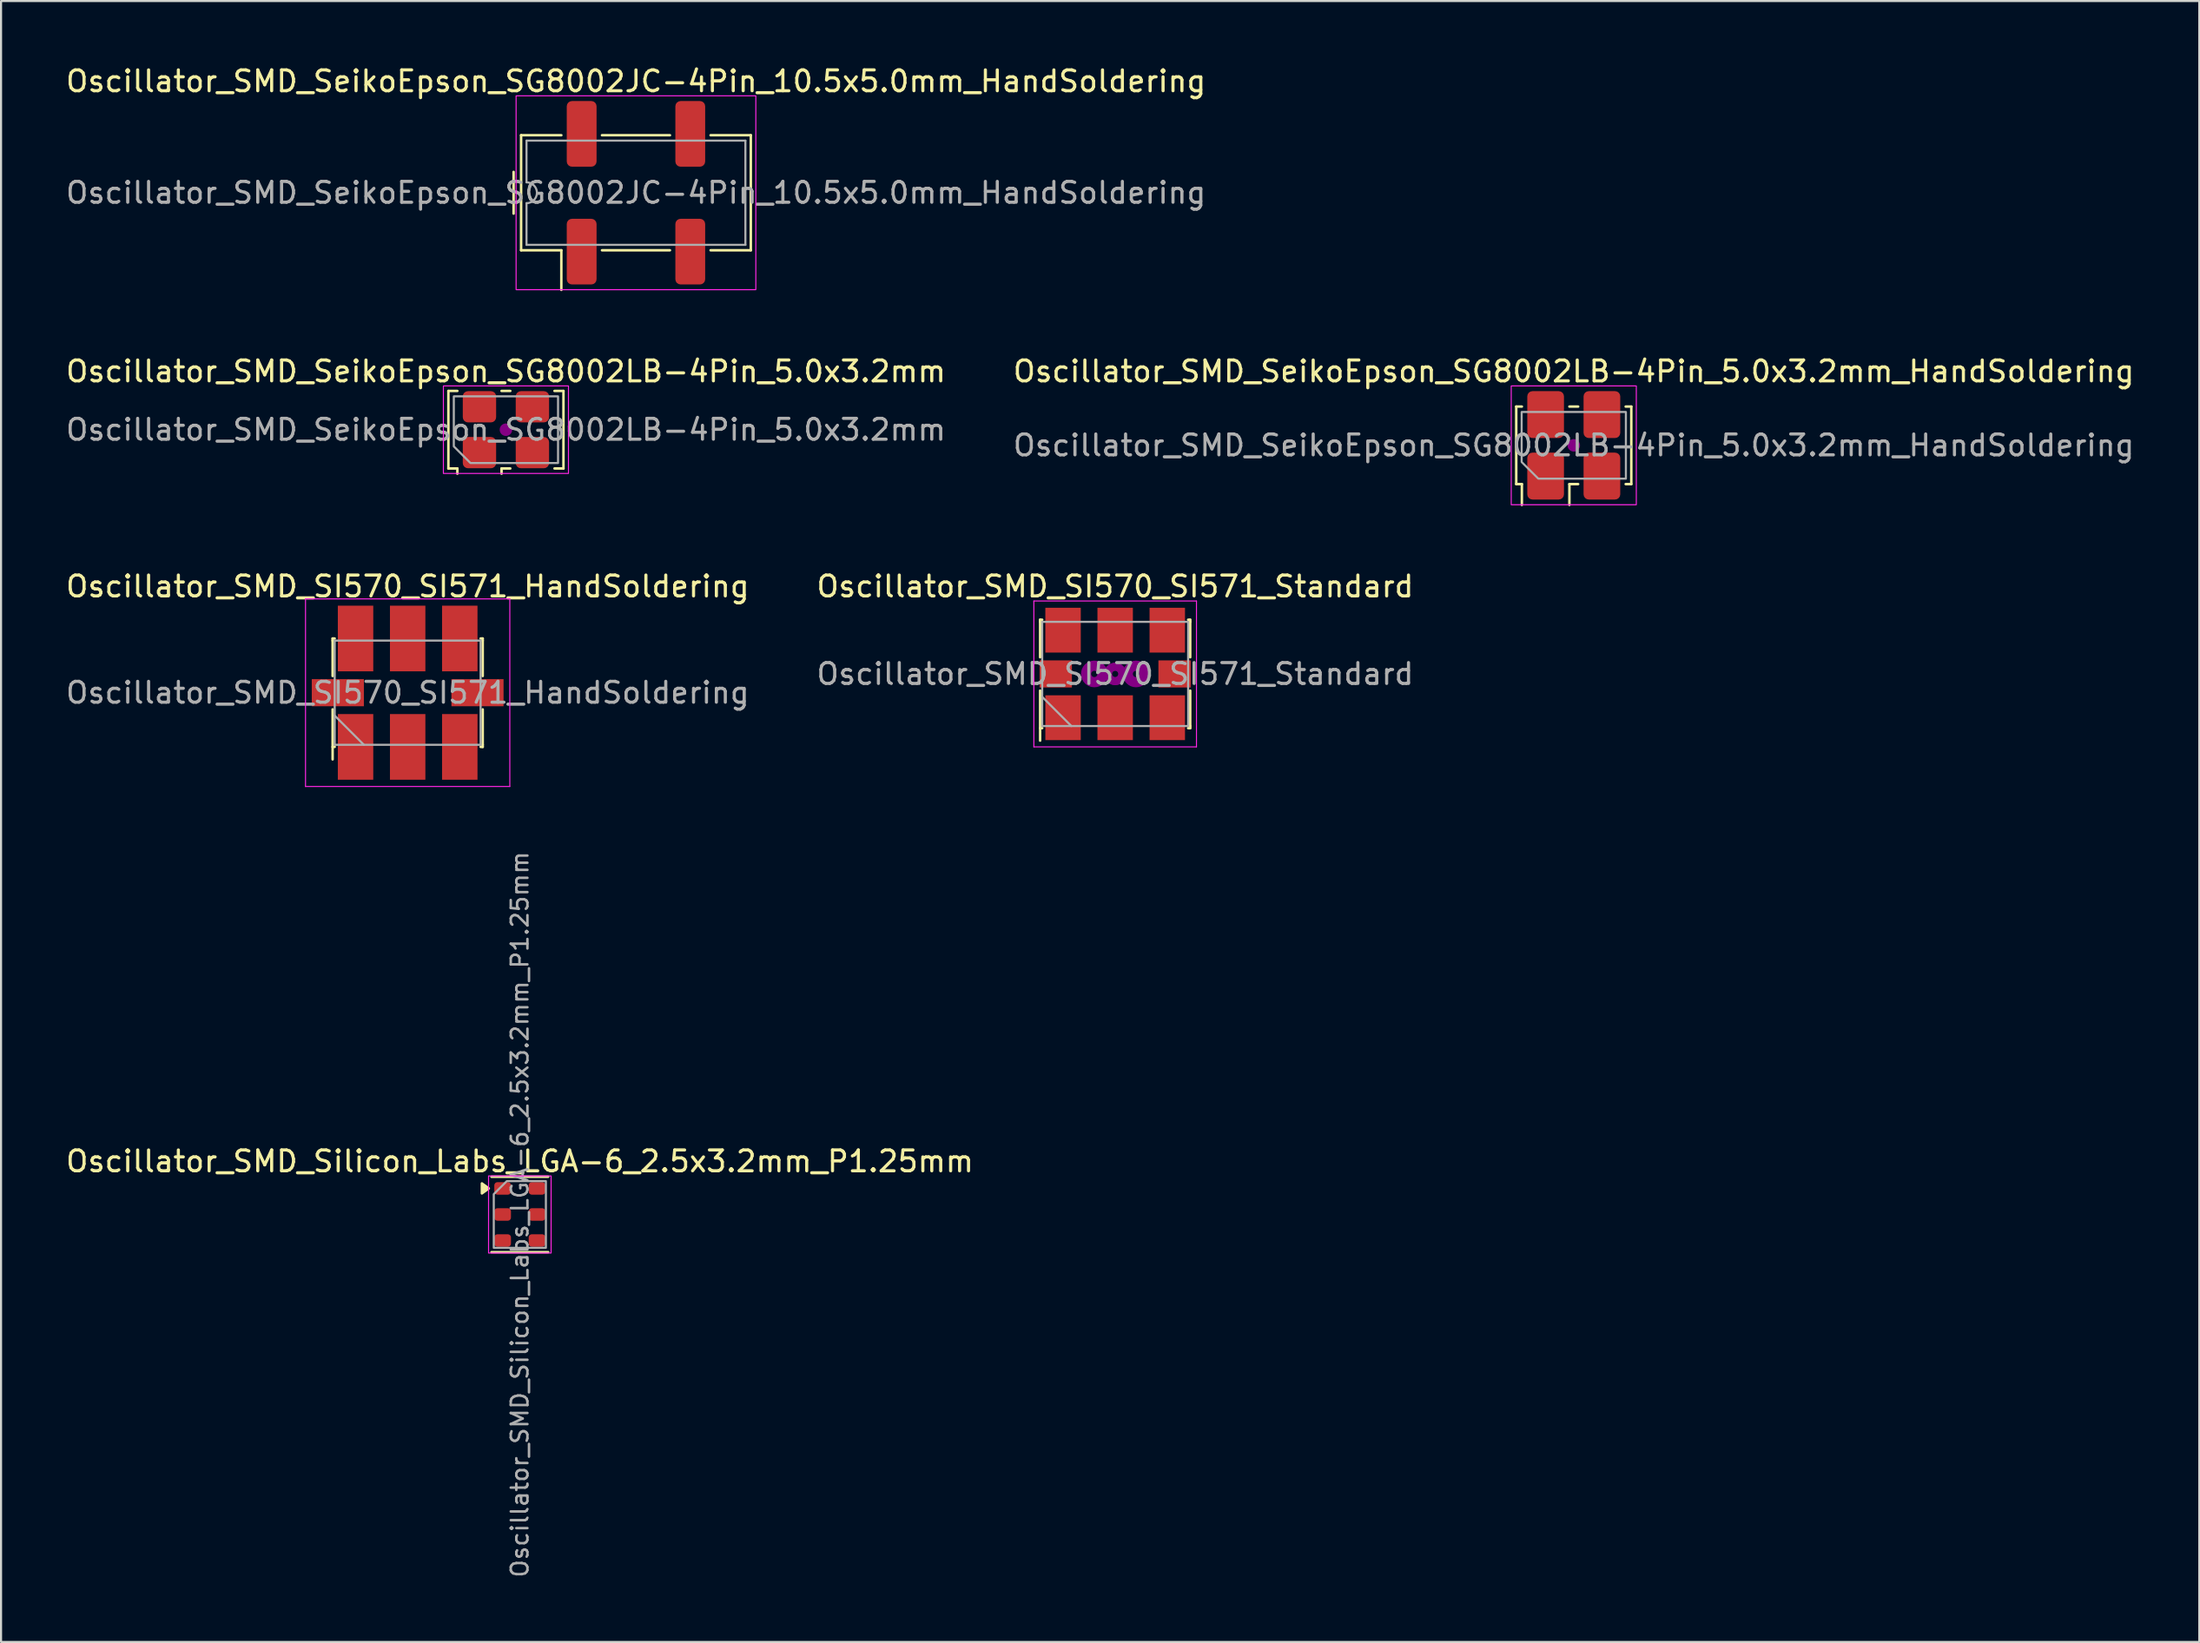
<source format=kicad_pcb>
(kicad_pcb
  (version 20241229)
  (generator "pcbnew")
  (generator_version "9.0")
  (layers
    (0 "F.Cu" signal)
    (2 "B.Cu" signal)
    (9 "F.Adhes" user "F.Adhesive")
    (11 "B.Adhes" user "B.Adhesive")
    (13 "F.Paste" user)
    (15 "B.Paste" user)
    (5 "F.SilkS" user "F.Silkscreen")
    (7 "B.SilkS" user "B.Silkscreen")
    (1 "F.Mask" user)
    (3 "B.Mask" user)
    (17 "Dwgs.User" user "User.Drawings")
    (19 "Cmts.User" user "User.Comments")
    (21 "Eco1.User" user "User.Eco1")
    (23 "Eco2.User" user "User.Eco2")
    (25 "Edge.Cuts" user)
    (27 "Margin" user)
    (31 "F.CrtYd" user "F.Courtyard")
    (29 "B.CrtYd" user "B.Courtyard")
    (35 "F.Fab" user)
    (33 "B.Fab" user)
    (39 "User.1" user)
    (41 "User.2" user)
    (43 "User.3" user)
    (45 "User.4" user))
  (footprint "Oscillator_SMD_SI570_SI571_HandSoldering"
    (layer "F.Cu")
    (at 16.506 30.185)
    (property "Reference" "Oscillator_SMD_SI570_SI571_HandSoldering" (at 0 -5.1 0) (layer "F.SilkS") (effects (font (size 1 1) (thickness 0.15))))
    (attr smd)
    (fp_line (start -3.6 -2.6) (end -3.5 -2.6) (stroke (width 0.12) (type solid)) (layer "F.SilkS"))
    (fp_line (start -3.6 -2.5) (end -3.6 -2.6) (stroke (width 0.12) (type solid)) (layer "F.SilkS"))
    (fp_line (start -3.6 -2.5) (end -3.6 -0.8) (stroke (width 0.12) (type solid)) (layer "F.SilkS"))
    (fp_line (start -3.6 0.8) (end -3.6 3.2) (stroke (width 0.12) (type solid)) (layer "F.SilkS"))
    (fp_line (start -3.6 2.6) (end -3.5 2.6) (stroke (width 0.12) (type solid)) (layer "F.SilkS"))
    (fp_line (start 3.6 -2.6) (end 3.5 -2.6) (stroke (width 0.12) (type solid)) (layer "F.SilkS"))
    (fp_line (start 3.6 -2.5) (end 3.6 -2.6) (stroke (width 0.12) (type solid)) (layer "F.SilkS"))
    (fp_line (start 3.6 -0.8) (end 3.6 -2.5) (stroke (width 0.12) (type solid)) (layer "F.SilkS"))
    (fp_line (start 3.6 2.5) (end 3.6 0.8) (stroke (width 0.12) (type solid)) (layer "F.SilkS"))
    (fp_line (start 3.6 2.5) (end 3.6 2.6) (stroke (width 0.12) (type solid)) (layer "F.SilkS"))
    (fp_line (start 3.6 2.6) (end 3.5 2.6) (stroke (width 0.12) (type solid)) (layer "F.SilkS"))
    (fp_line (start -4.9 -4.5) (end 4.9 -4.5) (stroke (width 0.05) (type solid)) (layer "F.CrtYd"))
    (fp_line (start -4.9 4.5) (end -4.9 -4.5) (stroke (width 0.05) (type solid)) (layer "F.CrtYd"))
    (fp_line (start 4.9 -4.5) (end 4.9 4.5) (stroke (width 0.05) (type solid)) (layer "F.CrtYd"))
    (fp_line (start 4.9 4.5) (end -4.9 4.5) (stroke (width 0.05) (type solid)) (layer "F.CrtYd"))
    (fp_line (start -3.5 -2.5) (end -3.5 2.5) (stroke (width 0.1) (type solid)) (layer "F.Fab"))
    (fp_line (start -3.5 1.1) (end -2.1 2.5) (stroke (width 0.1) (type solid)) (layer "F.Fab"))
    (fp_line (start -3.5 2.5) (end 3.5 2.5) (stroke (width 0.1) (type solid)) (layer "F.Fab"))
    (fp_line (start 3.5 -2.5) (end -3.5 -2.5) (stroke (width 0.1) (type solid)) (layer "F.Fab"))
    (fp_line (start 3.5 2.5) (end 3.5 -2.5) (stroke (width 0.1) (type solid)) (layer "F.Fab"))
    (fp_text user "${REFERENCE}" (at 0 0 0) (layer "F.Fab") (effects (font (size 1 1) (thickness 0.15))))
    (pad "1" smd rect (at -2.5 2.6) (size 1.7 3.15) (layers "F.Cu" "F.Mask" "F.Paste"))
    (pad "2" smd rect (at 0 2.6) (size 1.7 3.15) (layers "F.Cu" "F.Mask" "F.Paste"))
    (pad "3" smd rect (at 2.5 2.6) (size 1.7 3.15) (layers "F.Cu" "F.Mask" "F.Paste"))
    (pad "4" smd rect (at 2.5 -2.6) (size 1.7 3.15) (layers "F.Cu" "F.Mask" "F.Paste"))
    (pad "5" smd rect (at 0 -2.6) (size 1.7 3.15) (layers "F.Cu" "F.Mask" "F.Paste"))
    (pad "6" smd rect (at -2.5 -2.6) (size 1.7 3.15) (layers "F.Cu" "F.Mask" "F.Paste"))
    (pad "7" smd rect (at -3.35 0) (size 2.5 1.3) (layers "F.Cu" "F.Mask" "F.Paste"))
    (pad "8" smd rect (at 3.35 0) (size 2.5 1.3) (layers "F.Cu" "F.Mask" "F.Paste")))
  (footprint "Oscillator_SMD_SeikoEpson_SG8002LB-4Pin_5.0x3.2mm"
    (layer "F.Cu")
    (at 21.22 17.567)
    (property "Reference" "Oscillator_SMD_SeikoEpson_SG8002LB-4Pin_5.0x3.2mm" (at 0 -2.8 0) (layer "F.SilkS") (effects (font (size 1 1) (thickness 0.15))))
    (attr smd)
    (fp_line (start -2.76 -1.86) (end -2.33 -1.86) (stroke (width 0.12) (type solid)) (layer "F.SilkS"))
    (fp_line (start -2.76 1.86) (end -2.76 -1.86) (stroke (width 0.12) (type solid)) (layer "F.SilkS"))
    (fp_line (start -2.33 1.86) (end -2.76 1.86) (stroke (width 0.12) (type solid)) (layer "F.SilkS"))
    (fp_line (start -2.33 2.11) (end -2.33 1.86) (stroke (width 0.12) (type solid)) (layer "F.SilkS"))
    (fp_line (start -0.21 -1.86) (end 0.21 -1.86) (stroke (width 0.12) (type solid)) (layer "F.SilkS"))
    (fp_line (start -0.21 1.86) (end -0.21 2.11) (stroke (width 0.12) (type solid)) (layer "F.SilkS"))
    (fp_line (start 0.21 1.86) (end -0.21 1.86) (stroke (width 0.12) (type solid)) (layer "F.SilkS"))
    (fp_line (start 2.33 -1.86) (end 2.76 -1.86) (stroke (width 0.12) (type solid)) (layer "F.SilkS"))
    (fp_line (start 2.76 -1.86) (end 2.76 1.86) (stroke (width 0.12) (type solid)) (layer "F.SilkS"))
    (fp_line (start 2.76 1.86) (end 2.33 1.86) (stroke (width 0.12) (type solid)) (layer "F.SilkS"))
    (fp_circle (center 0 0) (end 0.25 0) (stroke (width 0.1) (type solid)) (fill yes) (layer "F.Adhes"))
    (fp_rect (start -3 -2.1) (end 3 2.1) (stroke (width 0.05) (type solid)) (fill no) (layer "F.CrtYd"))
    (fp_poly (pts (xy -2.5 -1.6) (xy -2.5 0.8) (xy -1.7 1.6) (xy 2.5 1.6) (xy 2.5 -1.6)) (stroke (width 0.1) (type solid)) (fill no) (layer "F.Fab"))
    (fp_text user "${REFERENCE}" (at 0 0 0) (layer "F.Fab") (effects (font (size 1 1) (thickness 0.15))))
    (pad "1" smd roundrect (at -1.27 1.1) (size 1.6 1.5) (layers "F.Cu" "F.Mask" "F.Paste") (roundrect_rratio 0.167))
    (pad "2" smd roundrect (at 1.27 1.1) (size 1.6 1.5) (layers "F.Cu" "F.Mask" "F.Paste") (roundrect_rratio 0.167))
    (pad "3" smd roundrect (at 1.27 -1.1) (size 1.6 1.5) (layers "F.Cu" "F.Mask" "F.Paste") (roundrect_rratio 0.167))
    (pad "4" smd roundrect (at -1.27 -1.1) (size 1.6 1.5) (layers "F.Cu" "F.Mask" "F.Paste") (roundrect_rratio 0.167)))
  (footprint "Oscillator_SMD_SeikoEpson_SG8002JC-4Pin_10.5x5.0mm_HandSoldering"
    (layer "F.Cu")
    (at 27.458 6.198)
    (property "Reference" "Oscillator_SMD_SeikoEpson_SG8002JC-4Pin_10.5x5.0mm_HandSoldering" (at 0 -5.35 0) (layer "F.SilkS") (effects (font (size 1 1) (thickness 0.15))))
    (attr smd)
    (fp_line (start -5.87 1) (end -5.87 -1) (stroke (width 0.12) (type solid)) (layer "F.SilkS"))
    (fp_line (start -5.51 -2.76) (end -3.58 -2.76) (stroke (width 0.12) (type solid)) (layer "F.SilkS"))
    (fp_line (start -5.51 2.76) (end -5.51 -2.76) (stroke (width 0.12) (type solid)) (layer "F.SilkS"))
    (fp_line (start -3.58 2.76) (end -5.51 2.76) (stroke (width 0.12) (type solid)) (layer "F.SilkS"))
    (fp_line (start -3.58 4.66) (end -3.58 2.76) (stroke (width 0.12) (type solid)) (layer "F.SilkS"))
    (fp_line (start -1.63 -2.76) (end 1.63 -2.76) (stroke (width 0.12) (type solid)) (layer "F.SilkS"))
    (fp_line (start 1.63 2.76) (end -1.63 2.76) (stroke (width 0.12) (type solid)) (layer "F.SilkS"))
    (fp_line (start 3.58 -2.76) (end 5.51 -2.76) (stroke (width 0.12) (type solid)) (layer "F.SilkS"))
    (fp_line (start 5.51 -2.76) (end 5.51 2.76) (stroke (width 0.12) (type solid)) (layer "F.SilkS"))
    (fp_line (start 5.51 2.76) (end 3.58 2.76) (stroke (width 0.12) (type solid)) (layer "F.SilkS"))
    (fp_rect (start -5.75 -4.65) (end 5.75 4.65) (stroke (width 0.05) (type solid)) (fill no) (layer "F.CrtYd"))
    (fp_line (start -5.25 -2.5) (end 5.25 -2.5) (stroke (width 0.1) (type solid)) (layer "F.Fab"))
    (fp_line (start -5.25 -0.5) (end -5.25 -2.5) (stroke (width 0.1) (type solid)) (layer "F.Fab"))
    (fp_line (start -5.25 2.5) (end -5.25 0.5) (stroke (width 0.1) (type solid)) (layer "F.Fab"))
    (fp_line (start 5.25 -2.5) (end 5.25 2.5) (stroke (width 0.1) (type solid)) (layer "F.Fab"))
    (fp_line (start 5.25 2.5) (end -5.25 2.5) (stroke (width 0.1) (type solid)) (layer "F.Fab"))
    (fp_arc (start -5.25 -0.5) (mid -4.75 0) (end -5.25 0.5) (stroke (width 0.1) (type solid)) (layer "F.Fab"))
    (fp_text user "${REFERENCE}" (at 0 0 0) (layer "F.Fab") (effects (font (size 1 1) (thickness 0.15))))
    (pad "1" smd roundrect (at -2.605 2.825) (size 1.43 3.15) (layers "F.Cu" "F.Mask" "F.Paste") (roundrect_rratio 0.175))
    (pad "2" smd roundrect (at 2.605 2.825) (size 1.43 3.15) (layers "F.Cu" "F.Mask" "F.Paste") (roundrect_rratio 0.175))
    (pad "3" smd roundrect (at 2.605 -2.825) (size 1.43 3.15) (layers "F.Cu" "F.Mask" "F.Paste") (roundrect_rratio 0.175))
    (pad "4" smd roundrect (at -2.605 -2.825) (size 1.43 3.15) (layers "F.Cu" "F.Mask" "F.Paste") (roundrect_rratio 0.175)))
  (footprint "Oscillator_SMD_SI570_SI571_Standard"
    (layer "F.Cu")
    (at 50.446 29.285)
    (property "Reference" "Oscillator_SMD_SI570_SI571_Standard" (at 0 -4.2 0) (layer "F.SilkS") (effects (font (size 1 1) (thickness 0.15))))
    (attr smd)
    (fp_line (start -3.6 -2.6) (end -3.5 -2.6) (stroke (width 0.12) (type solid)) (layer "F.SilkS"))
    (fp_line (start -3.6 -2.5) (end -3.6 -2.6) (stroke (width 0.12) (type solid)) (layer "F.SilkS"))
    (fp_line (start -3.6 -2.5) (end -3.6 -0.8) (stroke (width 0.12) (type solid)) (layer "F.SilkS"))
    (fp_line (start -3.6 0.8) (end -3.6 3.2) (stroke (width 0.12) (type solid)) (layer "F.SilkS"))
    (fp_line (start -3.6 2.6) (end -3.5 2.6) (stroke (width 0.12) (type solid)) (layer "F.SilkS"))
    (fp_line (start 3.6 -2.6) (end 3.5 -2.6) (stroke (width 0.12) (type solid)) (layer "F.SilkS"))
    (fp_line (start 3.6 -2.5) (end 3.6 -2.6) (stroke (width 0.12) (type solid)) (layer "F.SilkS"))
    (fp_line (start 3.6 -0.8) (end 3.6 -2.5) (stroke (width 0.12) (type solid)) (layer "F.SilkS"))
    (fp_line (start 3.6 2.5) (end 3.6 0.8) (stroke (width 0.12) (type solid)) (layer "F.SilkS"))
    (fp_line (start 3.6 2.5) (end 3.6 2.6) (stroke (width 0.12) (type solid)) (layer "F.SilkS"))
    (fp_line (start 3.6 2.6) (end 3.5 2.6) (stroke (width 0.12) (type solid)) (layer "F.SilkS"))
    (fp_circle (center -1 0) (end -0.85 0) (stroke (width 0.38) (type solid)) (fill no) (layer "F.Adhes"))
    (fp_circle (center -1 0) (end -0.55 0) (stroke (width 0.38) (type solid)) (fill no) (layer "F.Adhes"))
    (fp_circle (center 0 0) (end 0.15 0) (stroke (width 0.38) (type solid)) (fill no) (layer "F.Adhes"))
    (fp_circle (center 0 0) (end 0.35 0) (stroke (width 0.38) (type solid)) (fill no) (layer "F.Adhes"))
    (fp_circle (center 1 0) (end 0.55 0) (stroke (width 0.38) (type solid)) (fill no) (layer "F.Adhes"))
    (fp_circle (center 1 0) (end 0.85 0) (stroke (width 0.38) (type solid)) (fill no) (layer "F.Adhes"))
    (fp_line (start -3.9 -3.5) (end 3.9 -3.5) (stroke (width 0.05) (type solid)) (layer "F.CrtYd"))
    (fp_line (start -3.9 3.5) (end -3.9 -3.5) (stroke (width 0.05) (type solid)) (layer "F.CrtYd"))
    (fp_line (start 3.9 -3.5) (end 3.9 3.5) (stroke (width 0.05) (type solid)) (layer "F.CrtYd"))
    (fp_line (start 3.9 3.5) (end -3.9 3.5) (stroke (width 0.05) (type solid)) (layer "F.CrtYd"))
    (fp_line (start -3.5 -2.5) (end -3.5 2.5) (stroke (width 0.1) (type solid)) (layer "F.Fab"))
    (fp_line (start -3.5 1.1) (end -2.1 2.5) (stroke (width 0.1) (type solid)) (layer "F.Fab"))
    (fp_line (start -3.5 2.5) (end 3.5 2.5) (stroke (width 0.1) (type solid)) (layer "F.Fab"))
    (fp_line (start 3.5 -2.5) (end -3.5 -2.5) (stroke (width 0.1) (type solid)) (layer "F.Fab"))
    (fp_line (start 3.5 2.5) (end 3.5 -2.5) (stroke (width 0.1) (type solid)) (layer "F.Fab"))
    (fp_text user "${REFERENCE}" (at 0 0 0) (layer "F.Fab") (effects (font (size 1 1) (thickness 0.15))))
    (pad "1" smd rect (at -2.5 2.1) (size 1.7 2.15) (layers "F.Cu" "F.Mask" "F.Paste"))
    (pad "2" smd rect (at 0 2.1) (size 1.7 2.15) (layers "F.Cu" "F.Mask" "F.Paste"))
    (pad "3" smd rect (at 2.5 2.1) (size 1.7 2.15) (layers "F.Cu" "F.Mask" "F.Paste"))
    (pad "4" smd rect (at 2.5 -2.1) (size 1.7 2.15) (layers "F.Cu" "F.Mask" "F.Paste"))
    (pad "5" smd rect (at 0 -2.1) (size 1.7 2.15) (layers "F.Cu" "F.Mask" "F.Paste"))
    (pad "6" smd rect (at -2.5 -2.1) (size 1.7 2.15) (layers "F.Cu" "F.Mask" "F.Paste"))
    (pad "7" smd rect (at -2.85 0) (size 1.55 1.3) (layers "F.Cu" "F.Mask" "F.Paste"))
    (pad "8" smd rect (at 2.85 0) (size 1.55 1.3) (layers "F.Cu" "F.Mask" "F.Paste")))
  (footprint "Oscillator_SMD_SeikoEpson_SG8002LB-4Pin_5.0x3.2mm_HandSoldering"
    (layer "F.Cu")
    (at 72.446 18.317)
    (property "Reference" "Oscillator_SMD_SeikoEpson_SG8002LB-4Pin_5.0x3.2mm_HandSoldering" (at 0 -3.55 0) (layer "F.SilkS") (effects (font (size 1 1) (thickness 0.15))))
    (attr smd)
    (fp_line (start -2.76 -1.86) (end -2.49 -1.86) (stroke (width 0.12) (type solid)) (layer "F.SilkS"))
    (fp_line (start -2.76 1.86) (end -2.76 -1.86) (stroke (width 0.12) (type solid)) (layer "F.SilkS"))
    (fp_line (start -2.49 1.86) (end -2.76 1.86) (stroke (width 0.12) (type solid)) (layer "F.SilkS"))
    (fp_line (start -2.49 2.86) (end -2.49 1.86) (stroke (width 0.12) (type solid)) (layer "F.SilkS"))
    (fp_line (start -0.21 -1.86) (end 0.21 -1.86) (stroke (width 0.12) (type solid)) (layer "F.SilkS"))
    (fp_line (start -0.21 1.86) (end -0.21 2.86) (stroke (width 0.12) (type solid)) (layer "F.SilkS"))
    (fp_line (start 0.21 1.86) (end -0.21 1.86) (stroke (width 0.12) (type solid)) (layer "F.SilkS"))
    (fp_line (start 2.49 -1.86) (end 2.76 -1.86) (stroke (width 0.12) (type solid)) (layer "F.SilkS"))
    (fp_line (start 2.76 -1.86) (end 2.76 1.86) (stroke (width 0.12) (type solid)) (layer "F.SilkS"))
    (fp_line (start 2.76 1.86) (end 2.49 1.86) (stroke (width 0.12) (type solid)) (layer "F.SilkS"))
    (fp_circle (center 0 0) (end 0.25 0) (stroke (width 0.1) (type solid)) (fill yes) (layer "F.Adhes"))
    (fp_rect (start -3 -2.85) (end 3 2.85) (stroke (width 0.05) (type solid)) (fill no) (layer "F.CrtYd"))
    (fp_poly (pts (xy -2.5 -1.6) (xy -2.5 0.8) (xy -1.7 1.6) (xy 2.5 1.6) (xy 2.5 -1.6)) (stroke (width 0.1) (type solid)) (fill no) (layer "F.Fab"))
    (fp_text user "${REFERENCE}" (at 0 0 0) (layer "F.Fab") (effects (font (size 1 1) (thickness 0.15))))
    (pad "1" smd roundrect (at -1.35 1.475) (size 1.76 2.25) (layers "F.Cu" "F.Mask" "F.Paste") (roundrect_rratio 0.142))
    (pad "2" smd roundrect (at 1.35 1.475) (size 1.76 2.25) (layers "F.Cu" "F.Mask" "F.Paste") (roundrect_rratio 0.142))
    (pad "3" smd roundrect (at 1.35 -1.475) (size 1.76 2.25) (layers "F.Cu" "F.Mask" "F.Paste") (roundrect_rratio 0.142))
    (pad "4" smd roundrect (at -1.35 -1.475) (size 1.76 2.25) (layers "F.Cu" "F.Mask" "F.Paste") (roundrect_rratio 0.142)))
  (footprint "Oscillator_SMD_Silicon_Labs_LGA-6_2.5x3.2mm_P1.25mm"
    (layer "F.Cu")
    (at 21.887 55.219)
    (property "Reference" "Oscillator_SMD_Silicon_Labs_LGA-6_2.5x3.2mm_P1.25mm" (at 0 -2.55 0) (layer "F.SilkS") (effects (font (size 1 1) (thickness 0.15))))
    (attr smd)
    (fp_line (start -1.36 -1.81) (end 1.36 -1.81) (stroke (width 0.12) (type solid)) (layer "F.SilkS"))
    (fp_line (start 1.36 1.81) (end -1.36 1.81) (stroke (width 0.12) (type solid)) (layer "F.SilkS"))
    (fp_poly (pts (xy -1.49 -1.25) (xy -1.82 -1.01) (xy -1.82 -1.49)) (stroke (width 0.12) (type solid)) (fill yes) (layer "F.SilkS"))
    (fp_rect (start -1.5 -1.85) (end 1.5 1.85) (stroke (width 0.05) (type solid)) (fill no) (layer "F.CrtYd"))
    (fp_poly (pts (xy -1.25 -0.975) (xy -1.25 1.6) (xy 1.25 1.6) (xy 1.25 -1.6) (xy -0.625 -1.6)) (stroke (width 0.1) (type solid)) (fill no) (layer "F.Fab"))
    (fp_text user "${REFERENCE}" (at 0 0 90) (layer "F.Fab") (effects (font (size 0.8 0.8) (thickness 0.12))))
    (pad "1" smd roundrect (at -0.825 -1.25) (size 0.8 0.6) (layers "F.Cu" "F.Mask" "F.Paste") (roundrect_rratio 0.25))
    (pad "2" smd roundrect (at -0.825 0) (size 0.8 0.6) (layers "F.Cu" "F.Mask" "F.Paste") (roundrect_rratio 0.25))
    (pad "3" smd roundrect (at -0.825 1.25) (size 0.8 0.6) (layers "F.Cu" "F.Mask" "F.Paste") (roundrect_rratio 0.25))
    (pad "4" smd roundrect (at 0.825 1.25) (size 0.8 0.6) (layers "F.Cu" "F.Mask" "F.Paste") (roundrect_rratio 0.25))
    (pad "5" smd roundrect (at 0.825 0) (size 0.8 0.6) (layers "F.Cu" "F.Mask" "F.Paste") (roundrect_rratio 0.25))
    (pad "6" smd roundrect (at 0.825 -1.25) (size 0.8 0.6) (layers "F.Cu" "F.Mask" "F.Paste") (roundrect_rratio 0.25)))
  (gr_rect
    (start -3 -3)
    (end 102.452 75.729)
    (stroke (width 0.1) (type default))
    (fill no)
    (layer "Edge.Cuts")))
</source>
